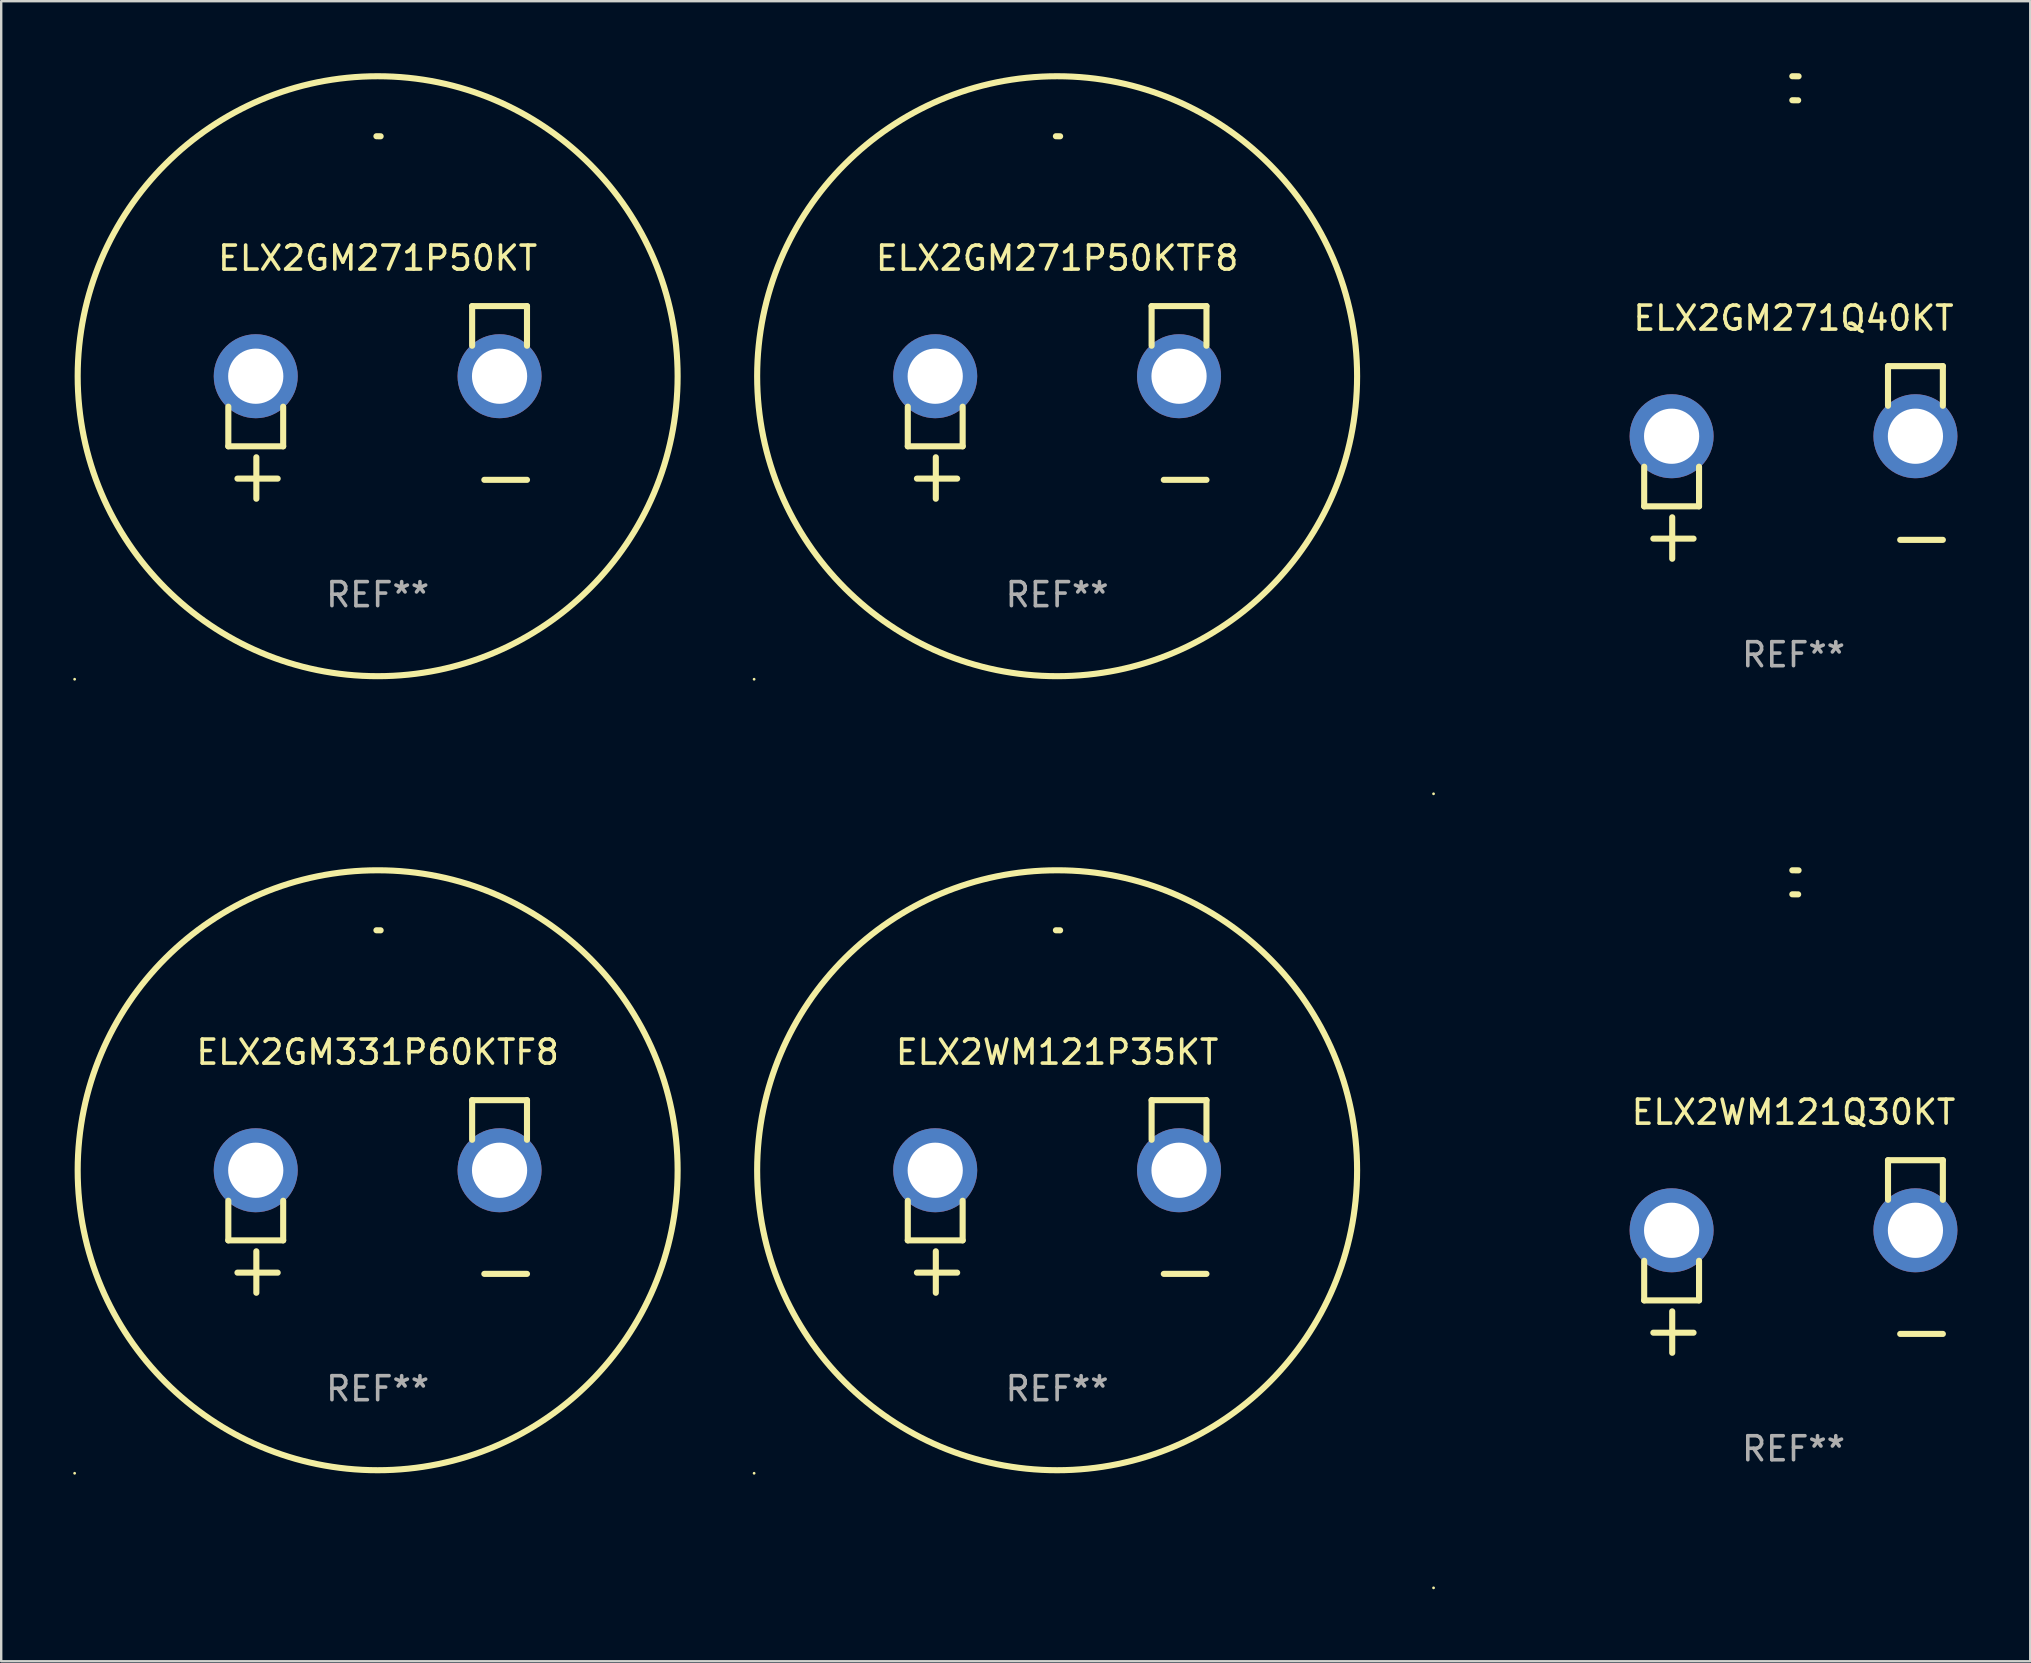
<source format=kicad_pcb>
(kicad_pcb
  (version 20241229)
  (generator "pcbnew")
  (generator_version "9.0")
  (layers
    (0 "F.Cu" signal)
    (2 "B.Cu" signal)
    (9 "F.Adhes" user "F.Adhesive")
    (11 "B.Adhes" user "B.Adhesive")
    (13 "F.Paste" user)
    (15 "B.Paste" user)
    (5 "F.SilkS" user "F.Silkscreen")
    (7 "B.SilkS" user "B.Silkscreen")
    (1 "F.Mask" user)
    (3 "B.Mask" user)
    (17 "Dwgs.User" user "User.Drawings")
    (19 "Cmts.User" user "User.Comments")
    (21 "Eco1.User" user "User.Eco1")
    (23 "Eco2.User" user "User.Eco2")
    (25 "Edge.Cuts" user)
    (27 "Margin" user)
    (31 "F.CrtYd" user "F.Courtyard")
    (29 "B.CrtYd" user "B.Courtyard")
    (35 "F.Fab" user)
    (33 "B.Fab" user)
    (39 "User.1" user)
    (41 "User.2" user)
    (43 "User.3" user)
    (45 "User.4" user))
  (footprint "ELX2WM121P35KT"
    (layer "F.Cu")
    (at 41.001 46.807)
    (property "Reference" "ELX2WM121P35KT" (at 0 -6.013 0) (layer "F.SilkS") (effects (font (size 1 1) (thickness 0.15))))
    (attr through_hole)
    (fp_line (start -6.223 0.178) (end -6.223 1.829) (stroke (width 0.254) (type solid)) (layer "F.SilkS"))
    (fp_line (start -6.223 1.829) (end -3.937 1.829) (stroke (width 0.254) (type solid)) (layer "F.SilkS"))
    (fp_line (start -5.055 4.013) (end -5.055 2.286) (stroke (width 0.254) (type solid)) (layer "F.SilkS"))
    (fp_line (start -4.166 3.175) (end -5.842 3.175) (stroke (width 0.254) (type solid)) (layer "F.SilkS"))
    (fp_line (start -3.937 1.829) (end -3.937 0.178) (stroke (width 0.254) (type solid)) (layer "F.SilkS"))
    (fp_line (start 3.937 -4.013) (end 3.937 -2.362) (stroke (width 0.254) (type solid)) (layer "F.SilkS"))
    (fp_line (start 6.223 -4.013) (end 3.937 -4.013) (stroke (width 0.254) (type solid)) (layer "F.SilkS"))
    (fp_line (start 6.223 -2.362) (end 6.223 -4.013) (stroke (width 0.254) (type solid)) (layer "F.SilkS"))
    (fp_line (start 6.223 3.226) (end 4.445 3.226) (stroke (width 0.254) (type solid)) (layer "F.SilkS"))
    (fp_arc (start -0.0508 -11.092202) (mid 0.036835 -11.091307) (end 0.12446 -11.089662) (stroke (width 0.254001) (type solid)) (layer "F.SilkS"))
    (fp_circle (center -12.627 11.535) (end -12.597 11.535) (stroke (width 0.06) (type solid)) (fill no) (layer "F.SilkS"))
    (fp_circle (center 0 -1.092) (end 12.5 -1.092) (stroke (width 0.254) (type solid)) (fill no) (layer "F.SilkS"))
    (fp_text user "REF**" (at 0 8.013 0) (layer "F.Fab") (effects (font (size 1 1) (thickness 0.15))))
    (pad "1" thru_hole circle (at -5.08 -1.092) (size 3.5 3.5) (drill 2.3) (layers "*.Cu" "*.Mask"))
    (pad "2" thru_hole circle (at 5.08 -1.092) (size 3.5 3.5) (drill 2.3) (layers "*.Cu" "*.Mask")))
  (footprint "ELX2GM331P60KTF8"
    (layer "F.Cu")
    (at 12.687 46.807)
    (property "Reference" "ELX2GM331P60KTF8" (at 0 -6.013 0) (layer "F.SilkS") (effects (font (size 1 1) (thickness 0.15))))
    (attr through_hole)
    (fp_line (start -6.223 0.178) (end -6.223 1.829) (stroke (width 0.254) (type solid)) (layer "F.SilkS"))
    (fp_line (start -6.223 1.829) (end -3.937 1.829) (stroke (width 0.254) (type solid)) (layer "F.SilkS"))
    (fp_line (start -5.055 4.013) (end -5.055 2.286) (stroke (width 0.254) (type solid)) (layer "F.SilkS"))
    (fp_line (start -4.166 3.175) (end -5.842 3.175) (stroke (width 0.254) (type solid)) (layer "F.SilkS"))
    (fp_line (start -3.937 1.829) (end -3.937 0.178) (stroke (width 0.254) (type solid)) (layer "F.SilkS"))
    (fp_line (start 3.937 -4.013) (end 3.937 -2.362) (stroke (width 0.254) (type solid)) (layer "F.SilkS"))
    (fp_line (start 6.223 -4.013) (end 3.937 -4.013) (stroke (width 0.254) (type solid)) (layer "F.SilkS"))
    (fp_line (start 6.223 -2.362) (end 6.223 -4.013) (stroke (width 0.254) (type solid)) (layer "F.SilkS"))
    (fp_line (start 6.223 3.226) (end 4.445 3.226) (stroke (width 0.254) (type solid)) (layer "F.SilkS"))
    (fp_arc (start -0.0508 -11.092202) (mid 0.036835 -11.091307) (end 0.12446 -11.089662) (stroke (width 0.254001) (type solid)) (layer "F.SilkS"))
    (fp_circle (center -12.627 11.535) (end -12.597 11.535) (stroke (width 0.06) (type solid)) (fill no) (layer "F.SilkS"))
    (fp_circle (center 0 -1.092) (end 12.5 -1.092) (stroke (width 0.254) (type solid)) (fill no) (layer "F.SilkS"))
    (fp_text user "REF**" (at 0 8.013 0) (layer "F.Fab") (effects (font (size 1 1) (thickness 0.15))))
    (pad "1" thru_hole circle (at -5.08 -1.092) (size 3.5 3.5) (drill 2.3) (layers "*.Cu" "*.Mask"))
    (pad "2" thru_hole circle (at 5.08 -1.092) (size 3.5 3.5) (drill 2.3) (layers "*.Cu" "*.Mask")))
  (footprint "ELX2WM121Q30KT"
    (layer "F.Cu")
    (at 71.687 49.309)
    (property "Reference" "ELX2WM121Q30KT" (at 0 -6.013 0) (layer "F.SilkS") (effects (font (size 1 1) (thickness 0.15))))
    (attr through_hole)
    (fp_line (start -6.223 0.178) (end -6.223 1.829) (stroke (width 0.254) (type solid)) (layer "F.SilkS"))
    (fp_line (start -6.223 1.829) (end -3.937 1.829) (stroke (width 0.254) (type solid)) (layer "F.SilkS"))
    (fp_line (start -5.055 4.013) (end -5.055 2.286) (stroke (width 0.254) (type solid)) (layer "F.SilkS"))
    (fp_line (start -4.166 3.175) (end -5.842 3.175) (stroke (width 0.254) (type solid)) (layer "F.SilkS"))
    (fp_line (start -3.937 1.829) (end -3.937 0.178) (stroke (width 0.254) (type solid)) (layer "F.SilkS"))
    (fp_line (start 3.937 -4.013) (end 3.937 -2.362) (stroke (width 0.254) (type solid)) (layer "F.SilkS"))
    (fp_line (start 6.223 -4.013) (end 3.937 -4.013) (stroke (width 0.254) (type solid)) (layer "F.SilkS"))
    (fp_line (start 6.223 -2.362) (end 6.223 -4.013) (stroke (width 0.254) (type solid)) (layer "F.SilkS"))
    (fp_line (start 6.223 3.226) (end 4.445 3.226) (stroke (width 0.254) (type solid)) (layer "F.SilkS"))
    (fp_arc (start -0.0508 -16.093472) (mid 0.080016 -16.092762) (end 0.210821 -16.090932) (stroke (width 0.254001) (type solid)) (layer "F.SilkS"))
    (fp_arc (start -0.0508 -15.09271) (mid 0.071125 -15.091961) (end 0.19304 -15.09017) (stroke (width 0.254001) (type solid)) (layer "F.SilkS"))
    (fp_circle (center -15 13.808) (end -14.97 13.808) (stroke (width 0.06) (type solid)) (fill no) (layer "F.SilkS"))
    (fp_text user "REF**" (at 0 8.013 0) (layer "F.Fab") (effects (font (size 1 1) (thickness 0.15))))
    (pad "1" thru_hole circle (at -5.08 -1.092) (size 3.5 3.5) (drill 2.3) (layers "*.Cu" "*.Mask"))
    (pad "2" thru_hole circle (at 5.08 -1.092) (size 3.5 3.5) (drill 2.3) (layers "*.Cu" "*.Mask")))
  (footprint "ELX2GM271P50KTF8"
    (layer "F.Cu")
    (at 41.001 13.719)
    (property "Reference" "ELX2GM271P50KTF8" (at 0 -6.013 0) (layer "F.SilkS") (effects (font (size 1 1) (thickness 0.15))))
    (attr through_hole)
    (fp_line (start -6.223 0.178) (end -6.223 1.829) (stroke (width 0.254) (type solid)) (layer "F.SilkS"))
    (fp_line (start -6.223 1.829) (end -3.937 1.829) (stroke (width 0.254) (type solid)) (layer "F.SilkS"))
    (fp_line (start -5.055 4.013) (end -5.055 2.286) (stroke (width 0.254) (type solid)) (layer "F.SilkS"))
    (fp_line (start -4.166 3.175) (end -5.842 3.175) (stroke (width 0.254) (type solid)) (layer "F.SilkS"))
    (fp_line (start -3.937 1.829) (end -3.937 0.178) (stroke (width 0.254) (type solid)) (layer "F.SilkS"))
    (fp_line (start 3.937 -4.013) (end 3.937 -2.362) (stroke (width 0.254) (type solid)) (layer "F.SilkS"))
    (fp_line (start 6.223 -4.013) (end 3.937 -4.013) (stroke (width 0.254) (type solid)) (layer "F.SilkS"))
    (fp_line (start 6.223 -2.362) (end 6.223 -4.013) (stroke (width 0.254) (type solid)) (layer "F.SilkS"))
    (fp_line (start 6.223 3.226) (end 4.445 3.226) (stroke (width 0.254) (type solid)) (layer "F.SilkS"))
    (fp_arc (start -0.0508 -11.092202) (mid 0.036835 -11.091307) (end 0.12446 -11.089662) (stroke (width 0.254001) (type solid)) (layer "F.SilkS"))
    (fp_circle (center -12.627 11.535) (end -12.597 11.535) (stroke (width 0.06) (type solid)) (fill no) (layer "F.SilkS"))
    (fp_circle (center 0 -1.092) (end 12.5 -1.092) (stroke (width 0.254) (type solid)) (fill no) (layer "F.SilkS"))
    (fp_text user "REF**" (at 0 8.013 0) (layer "F.Fab") (effects (font (size 1 1) (thickness 0.15))))
    (pad "1" thru_hole circle (at -5.08 -1.092) (size 3.5 3.5) (drill 2.3) (layers "*.Cu" "*.Mask"))
    (pad "2" thru_hole circle (at 5.08 -1.092) (size 3.5 3.5) (drill 2.3) (layers "*.Cu" "*.Mask")))
  (footprint "ELX2GM271Q40KT"
    (layer "F.Cu")
    (at 71.687 16.22)
    (property "Reference" "ELX2GM271Q40KT" (at 0 -6.013 0) (layer "F.SilkS") (effects (font (size 1 1) (thickness 0.15))))
    (attr through_hole)
    (fp_line (start -6.223 0.178) (end -6.223 1.829) (stroke (width 0.254) (type solid)) (layer "F.SilkS"))
    (fp_line (start -6.223 1.829) (end -3.937 1.829) (stroke (width 0.254) (type solid)) (layer "F.SilkS"))
    (fp_line (start -5.055 4.013) (end -5.055 2.286) (stroke (width 0.254) (type solid)) (layer "F.SilkS"))
    (fp_line (start -4.166 3.175) (end -5.842 3.175) (stroke (width 0.254) (type solid)) (layer "F.SilkS"))
    (fp_line (start -3.937 1.829) (end -3.937 0.178) (stroke (width 0.254) (type solid)) (layer "F.SilkS"))
    (fp_line (start 3.937 -4.013) (end 3.937 -2.362) (stroke (width 0.254) (type solid)) (layer "F.SilkS"))
    (fp_line (start 6.223 -4.013) (end 3.937 -4.013) (stroke (width 0.254) (type solid)) (layer "F.SilkS"))
    (fp_line (start 6.223 -2.362) (end 6.223 -4.013) (stroke (width 0.254) (type solid)) (layer "F.SilkS"))
    (fp_line (start 6.223 3.226) (end 4.445 3.226) (stroke (width 0.254) (type solid)) (layer "F.SilkS"))
    (fp_arc (start -0.0508 -16.093472) (mid 0.080016 -16.092762) (end 0.210821 -16.090932) (stroke (width 0.254001) (type solid)) (layer "F.SilkS"))
    (fp_arc (start -0.0508 -15.09271) (mid 0.071125 -15.091961) (end 0.19304 -15.09017) (stroke (width 0.254001) (type solid)) (layer "F.SilkS"))
    (fp_circle (center -15 13.808) (end -14.97 13.808) (stroke (width 0.06) (type solid)) (fill no) (layer "F.SilkS"))
    (fp_text user "REF**" (at 0 8.013 0) (layer "F.Fab") (effects (font (size 1 1) (thickness 0.15))))
    (pad "1" thru_hole circle (at -5.08 -1.092) (size 3.5 3.5) (drill 2.3) (layers "*.Cu" "*.Mask"))
    (pad "2" thru_hole circle (at 5.08 -1.092) (size 3.5 3.5) (drill 2.3) (layers "*.Cu" "*.Mask")))
  (footprint "ELX2GM271P50KT"
    (layer "F.Cu")
    (at 12.687 13.719)
    (property "Reference" "ELX2GM271P50KT" (at 0 -6.013 0) (layer "F.SilkS") (effects (font (size 1 1) (thickness 0.15))))
    (attr through_hole)
    (fp_line (start -6.223 0.178) (end -6.223 1.829) (stroke (width 0.254) (type solid)) (layer "F.SilkS"))
    (fp_line (start -6.223 1.829) (end -3.937 1.829) (stroke (width 0.254) (type solid)) (layer "F.SilkS"))
    (fp_line (start -5.055 4.013) (end -5.055 2.286) (stroke (width 0.254) (type solid)) (layer "F.SilkS"))
    (fp_line (start -4.166 3.175) (end -5.842 3.175) (stroke (width 0.254) (type solid)) (layer "F.SilkS"))
    (fp_line (start -3.937 1.829) (end -3.937 0.178) (stroke (width 0.254) (type solid)) (layer "F.SilkS"))
    (fp_line (start 3.937 -4.013) (end 3.937 -2.362) (stroke (width 0.254) (type solid)) (layer "F.SilkS"))
    (fp_line (start 6.223 -4.013) (end 3.937 -4.013) (stroke (width 0.254) (type solid)) (layer "F.SilkS"))
    (fp_line (start 6.223 -2.362) (end 6.223 -4.013) (stroke (width 0.254) (type solid)) (layer "F.SilkS"))
    (fp_line (start 6.223 3.226) (end 4.445 3.226) (stroke (width 0.254) (type solid)) (layer "F.SilkS"))
    (fp_arc (start -0.0508 -11.092202) (mid 0.036835 -11.091307) (end 0.12446 -11.089662) (stroke (width 0.254001) (type solid)) (layer "F.SilkS"))
    (fp_circle (center -12.627 11.535) (end -12.597 11.535) (stroke (width 0.06) (type solid)) (fill no) (layer "F.SilkS"))
    (fp_circle (center 0 -1.092) (end 12.5 -1.092) (stroke (width 0.254) (type solid)) (fill no) (layer "F.SilkS"))
    (fp_text user "REF**" (at 0 8.013 0) (layer "F.Fab") (effects (font (size 1 1) (thickness 0.15))))
    (pad "1" thru_hole circle (at -5.08 -1.092) (size 3.5 3.5) (drill 2.3) (layers "*.Cu" "*.Mask"))
    (pad "2" thru_hole circle (at 5.08 -1.092) (size 3.5 3.5) (drill 2.3) (layers "*.Cu" "*.Mask")))
  (gr_rect
    (start -3 -3)
    (end 81.551 66.177)
    (stroke (width 0.1) (type default))
    (fill no)
    (layer "Edge.Cuts")))
</source>
